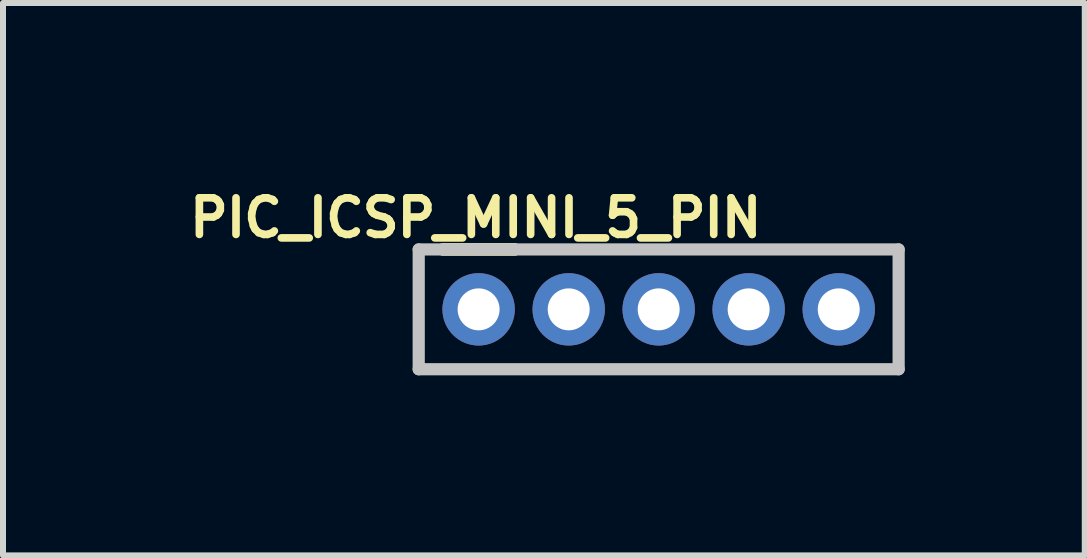
<source format=kicad_pcb>
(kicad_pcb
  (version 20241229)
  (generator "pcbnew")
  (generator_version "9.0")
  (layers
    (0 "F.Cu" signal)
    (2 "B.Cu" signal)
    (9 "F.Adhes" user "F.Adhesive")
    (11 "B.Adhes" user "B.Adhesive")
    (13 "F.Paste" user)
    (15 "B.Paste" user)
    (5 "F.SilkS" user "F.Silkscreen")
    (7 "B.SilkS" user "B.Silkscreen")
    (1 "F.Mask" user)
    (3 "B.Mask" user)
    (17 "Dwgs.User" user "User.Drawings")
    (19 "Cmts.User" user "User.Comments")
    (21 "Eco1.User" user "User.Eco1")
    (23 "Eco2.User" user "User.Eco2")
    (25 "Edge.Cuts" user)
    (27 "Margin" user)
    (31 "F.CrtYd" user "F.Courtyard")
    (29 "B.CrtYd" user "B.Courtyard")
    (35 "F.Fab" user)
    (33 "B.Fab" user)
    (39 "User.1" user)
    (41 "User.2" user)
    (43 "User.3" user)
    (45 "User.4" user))
  (footprint "PIC_ICSP_MINI_5_PIN"
    (layer "F.Cu")
    (at 7.924 2.104)
    (property "Reference" "PIC_ICSP_MINI_5_PIN" (at -3.048 -1.524 0) (layer "F.SilkS") (effects (font (size 0.61 0.61) (thickness 0.127))))
    (attr exclude_from_pos_files exclude_from_bom)
    (fp_line (start -3.594 -0.998) (end -2.393 -0.998) (stroke (width 0.203) (type solid)) (layer "F.SilkS"))
    (fp_line (start -2.398 -0.998) (end -3.599 -0.998) (stroke (width 0.203) (type solid)) (layer "F.SilkS"))
    (fp_line (start -3.998 -0.998) (end -3.998 0.998) (stroke (width 0.203) (type solid)) (layer "Dwgs.User"))
    (fp_line (start -3.998 0.998) (end 3.998 0.998) (stroke (width 0.203) (type solid)) (layer "Dwgs.User"))
    (fp_line (start 3.998 -0.998) (end -3.998 -0.998) (stroke (width 0.203) (type solid)) (layer "Dwgs.User"))
    (fp_line (start 3.998 0.998) (end 3.998 -0.998) (stroke (width 0.203) (type solid)) (layer "Dwgs.User"))
    (pad "1" thru_hole circle (at -3 0) (size 1.206 1.206) (drill 0.699) (layers "*.Cu" "*.Paste" "*.Mask"))
    (pad "2" thru_hole circle (at -1.499 0) (size 1.206 1.206) (drill 0.699) (layers "*.Cu" "*.Paste" "*.Mask"))
    (pad "3" thru_hole circle (at 0 0) (size 1.206 1.206) (drill 0.699) (layers "*.Cu" "*.Paste" "*.Mask"))
    (pad "4" thru_hole circle (at 1.499 0) (size 1.206 1.206) (drill 0.699) (layers "*.Cu" "*.Paste" "*.Mask"))
    (pad "5" thru_hole circle (at 3 0) (size 1.206 1.206) (drill 0.699) (layers "*.Cu" "*.Paste" "*.Mask")))
  (gr_rect
    (start -3 -3)
    (end 15.023 6.203)
    (stroke (width 0.1) (type default))
    (fill no)
    (layer "Edge.Cuts")))
</source>
